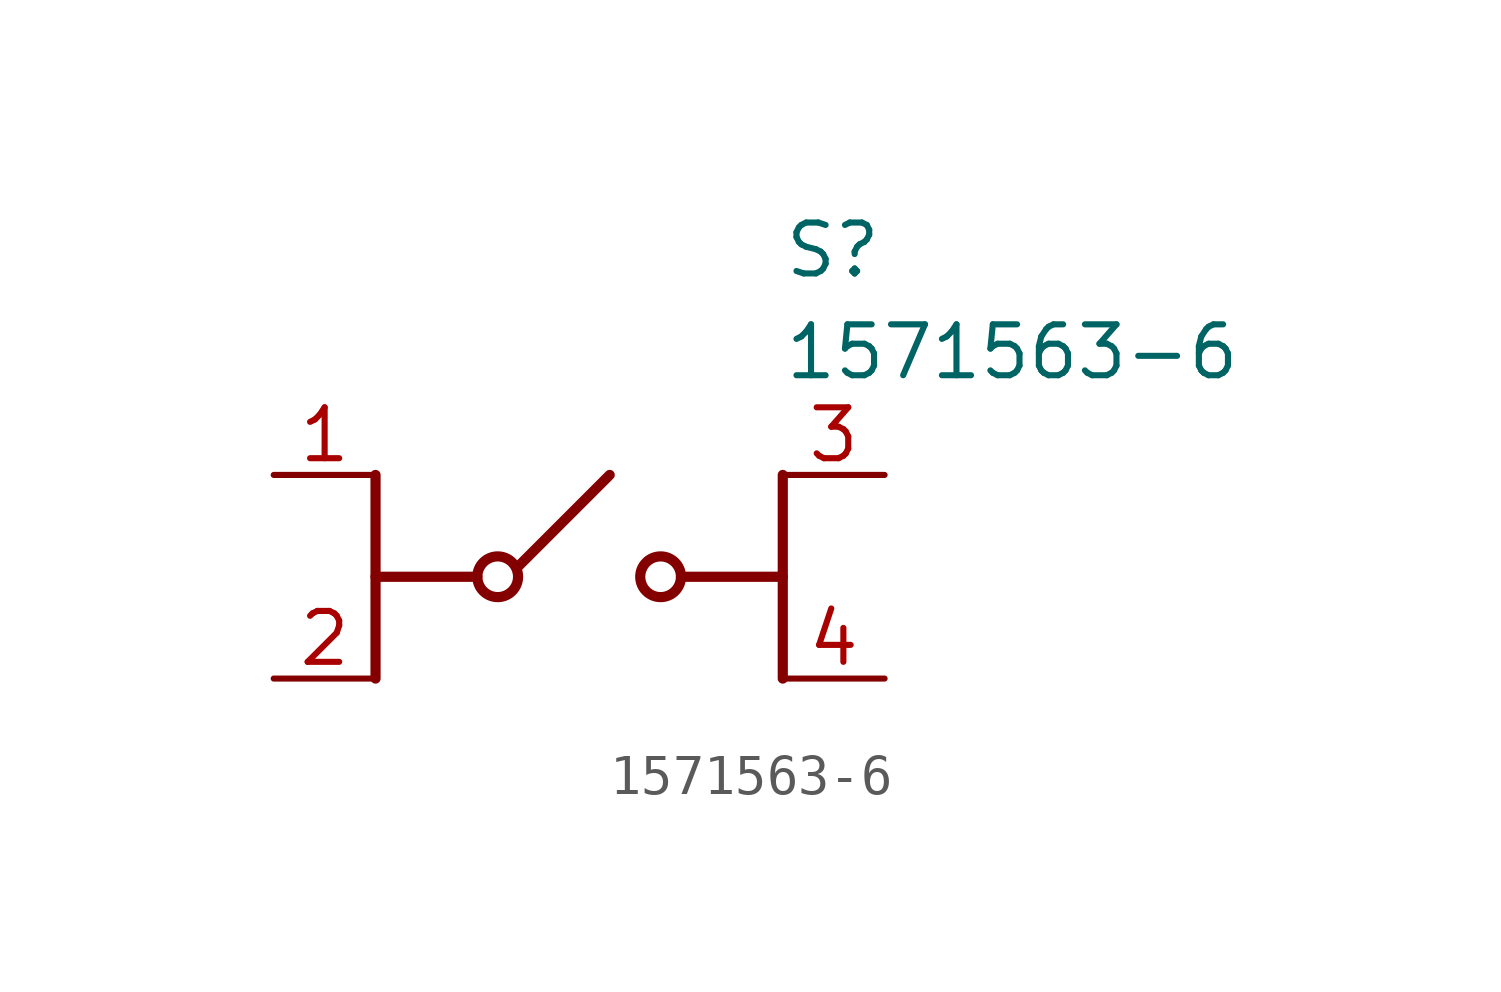
<source format=kicad_sym>
(kicad_symbol_lib
  (version 20211014)
  (generator SamacSys_ECAD_Model)
  (symbol "1571563-6"
    (pin_names hide)
    (property "Reference" "S"
      (at 12.7 6.35 0)
      (effects (font (size 1.27 1.27)) (justify left top)))
    (property "Value" "1571563-6"
      (at 12.7 3.81 0)
      (effects (font (size 1.27 1.27)) (justify left top)))
    (polyline
      (pts (xy 2.54 -5.08) (xy 2.54 0))
      (stroke (width 0.254) (type default))
      (fill (type none)))
    (polyline
      (pts (xy 2.54 -2.54) (xy 5.08 -2.54))
      (stroke (width 0.254) (type default))
      (fill (type none)))
    (polyline
      (pts (xy 10.16 -2.54) (xy 12.7 -2.54))
      (stroke (width 0.254) (type default))
      (fill (type none)))
    (polyline
      (pts (xy 12.7 -5.08) (xy 12.7 0))
      (stroke (width 0.254) (type default))
      (fill (type none)))
    (polyline
      (pts (xy 6.096 -2.286) (xy 8.382 0))
      (stroke (width 0.254) (type default))
      (fill (type none)))
    (circle
      (center 5.588 -2.54)
      (radius 0.508)
      (stroke (width 0.254) (type default))
      (fill (type none)))
    (circle
      (center 9.652 -2.54)
      (radius 0.508)
      (stroke (width 0.254) (type default))
      (fill (type none)))
    (pin passive line
      (at 0 0 0)
      (length 2.54)
      (name "COM_1" (effects (font (size 1.27 1.27))))
      (number "1" (effects (font (size 1.27 1.27)))))
    (pin passive line
      (at 0 -5.08 0)
      (length 2.54)
      (name "COM_2" (effects (font (size 1.27 1.27))))
      (number "2" (effects (font (size 1.27 1.27)))))
    (pin passive line
      (at 15.24 0 180)
      (length 2.54)
      (name "NO_1" (effects (font (size 1.27 1.27))))
      (number "3" (effects (font (size 1.27 1.27)))))
    (pin passive line
      (at 15.24 -5.08 180)
      (length 2.54)
      (name "NO_2" (effects (font (size 1.27 1.27))))
      (number "4" (effects (font (size 1.27 1.27)))))))
</source>
